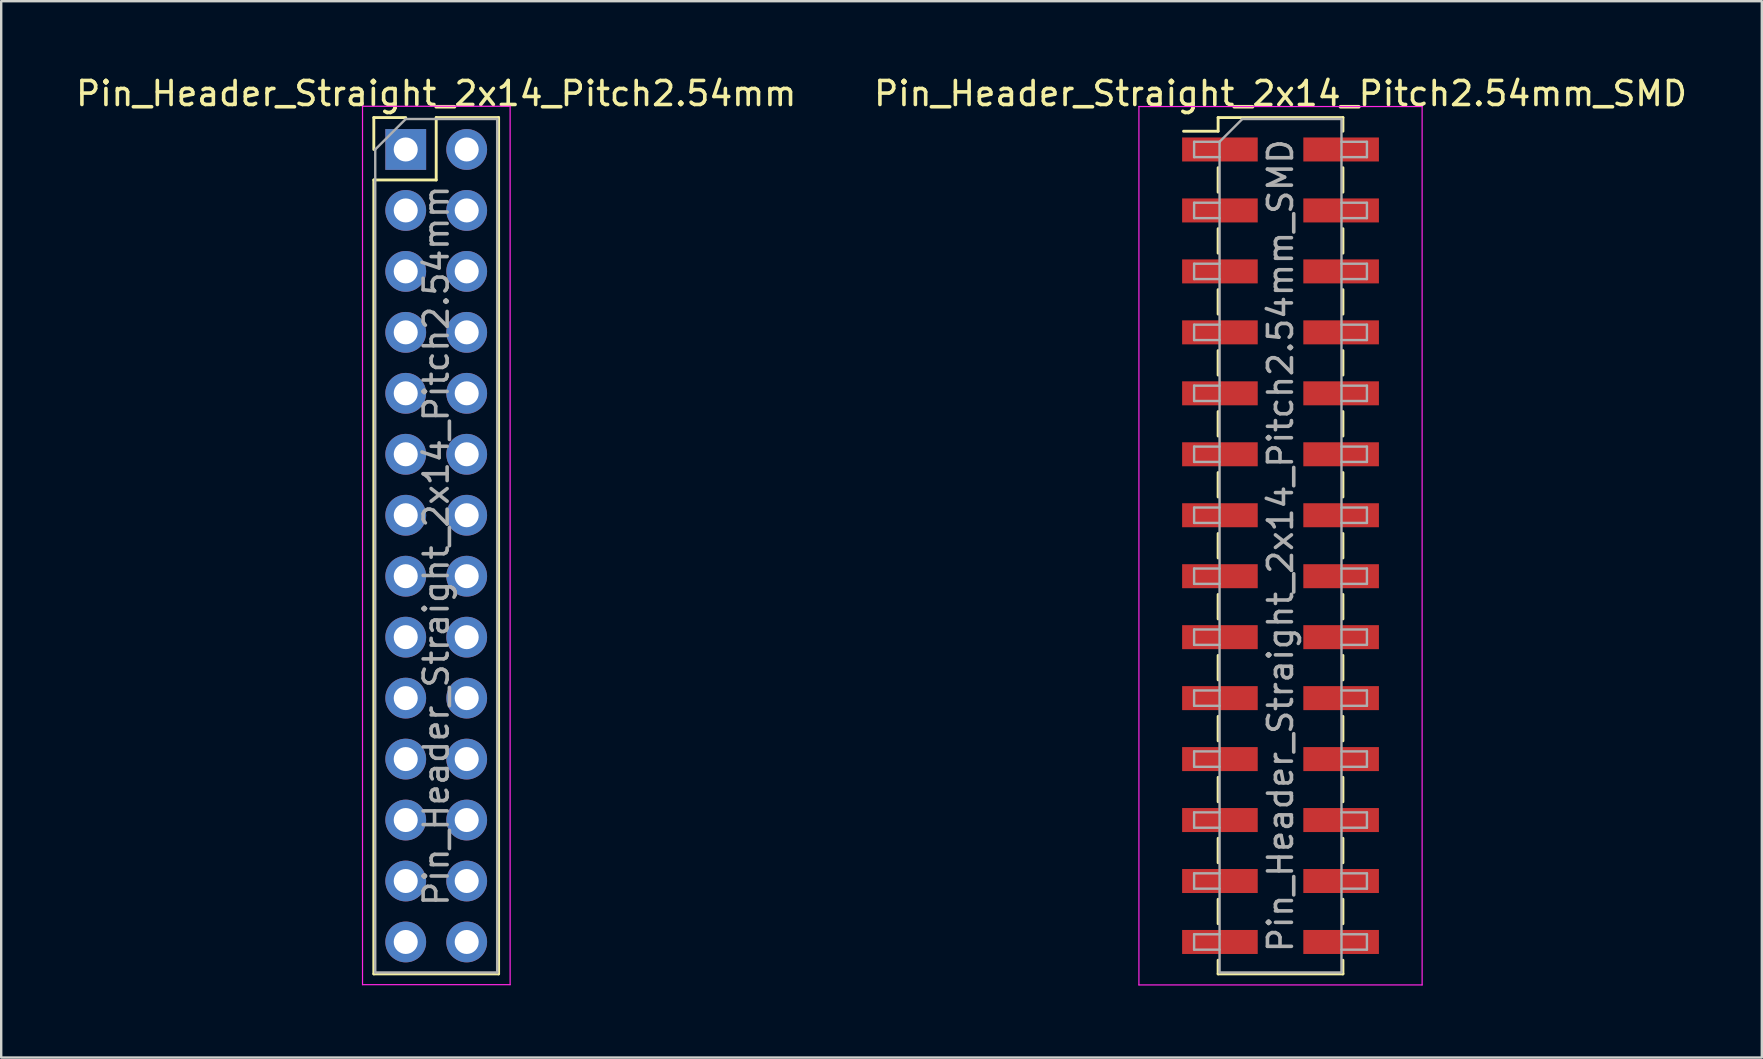
<source format=kicad_pcb>
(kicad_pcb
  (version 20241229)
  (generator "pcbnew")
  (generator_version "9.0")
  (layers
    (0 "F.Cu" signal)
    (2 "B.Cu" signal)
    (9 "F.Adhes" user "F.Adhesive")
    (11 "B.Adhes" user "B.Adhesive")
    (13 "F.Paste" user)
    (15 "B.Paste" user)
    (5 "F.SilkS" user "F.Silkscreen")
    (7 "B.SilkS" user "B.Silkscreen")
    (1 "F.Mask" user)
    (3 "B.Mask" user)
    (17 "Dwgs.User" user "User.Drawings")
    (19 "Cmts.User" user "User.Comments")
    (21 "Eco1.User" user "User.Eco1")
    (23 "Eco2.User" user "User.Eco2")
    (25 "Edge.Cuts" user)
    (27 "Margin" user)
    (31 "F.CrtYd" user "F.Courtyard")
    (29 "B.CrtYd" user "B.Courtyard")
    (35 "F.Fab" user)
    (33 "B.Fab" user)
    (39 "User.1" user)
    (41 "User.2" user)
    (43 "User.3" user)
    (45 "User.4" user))
  (footprint "Pin_Header_Straight_2x14_Pitch2.54mm"
    (layer "F.Cu")
    (at 13.855 3.178)
    (property "Reference" "Pin_Header_Straight_2x14_Pitch2.54mm" (at 1.27 -2.33 0) (layer "F.SilkS") (effects (font (size 1 1) (thickness 0.15))))
    (attr through_hole)
    (fp_line (start -1.33 -1.33) (end 0 -1.33) (stroke (width 0.12) (type solid)) (layer "F.SilkS"))
    (fp_line (start -1.33 0) (end -1.33 -1.33) (stroke (width 0.12) (type solid)) (layer "F.SilkS"))
    (fp_line (start -1.33 1.27) (end -1.33 34.35) (stroke (width 0.12) (type solid)) (layer "F.SilkS"))
    (fp_line (start -1.33 1.27) (end 1.27 1.27) (stroke (width 0.12) (type solid)) (layer "F.SilkS"))
    (fp_line (start -1.33 34.35) (end 3.87 34.35) (stroke (width 0.12) (type solid)) (layer "F.SilkS"))
    (fp_line (start 1.27 -1.33) (end 3.87 -1.33) (stroke (width 0.12) (type solid)) (layer "F.SilkS"))
    (fp_line (start 1.27 1.27) (end 1.27 -1.33) (stroke (width 0.12) (type solid)) (layer "F.SilkS"))
    (fp_line (start 3.87 -1.33) (end 3.87 34.35) (stroke (width 0.12) (type solid)) (layer "F.SilkS"))
    (fp_line (start -1.8 -1.8) (end -1.8 34.8) (stroke (width 0.05) (type solid)) (layer "F.CrtYd"))
    (fp_line (start -1.8 34.8) (end 4.35 34.8) (stroke (width 0.05) (type solid)) (layer "F.CrtYd"))
    (fp_line (start 4.35 -1.8) (end -1.8 -1.8) (stroke (width 0.05) (type solid)) (layer "F.CrtYd"))
    (fp_line (start 4.35 34.8) (end 4.35 -1.8) (stroke (width 0.05) (type solid)) (layer "F.CrtYd"))
    (fp_line (start -1.27 0) (end 0 -1.27) (stroke (width 0.1) (type solid)) (layer "F.Fab"))
    (fp_line (start -1.27 34.29) (end -1.27 0) (stroke (width 0.1) (type solid)) (layer "F.Fab"))
    (fp_line (start 0 -1.27) (end 3.81 -1.27) (stroke (width 0.1) (type solid)) (layer "F.Fab"))
    (fp_line (start 3.81 -1.27) (end 3.81 34.29) (stroke (width 0.1) (type solid)) (layer "F.Fab"))
    (fp_line (start 3.81 34.29) (end -1.27 34.29) (stroke (width 0.1) (type solid)) (layer "F.Fab"))
    (fp_text user "${REFERENCE}" (at 1.27 16.51 90) (layer "F.Fab") (effects (font (size 1 1) (thickness 0.15))))
    (pad "1" thru_hole rect (at 0 0) (size 1.7 1.7) (drill 1) (layers "*.Cu" "*.Mask"))
    (pad "2" thru_hole oval (at 2.54 0) (size 1.7 1.7) (drill 1) (layers "*.Cu" "*.Mask"))
    (pad "3" thru_hole oval (at 0 2.54) (size 1.7 1.7) (drill 1) (layers "*.Cu" "*.Mask"))
    (pad "4" thru_hole oval (at 2.54 2.54) (size 1.7 1.7) (drill 1) (layers "*.Cu" "*.Mask"))
    (pad "5" thru_hole oval (at 0 5.08) (size 1.7 1.7) (drill 1) (layers "*.Cu" "*.Mask"))
    (pad "6" thru_hole oval (at 2.54 5.08) (size 1.7 1.7) (drill 1) (layers "*.Cu" "*.Mask"))
    (pad "7" thru_hole oval (at 0 7.62) (size 1.7 1.7) (drill 1) (layers "*.Cu" "*.Mask"))
    (pad "8" thru_hole oval (at 2.54 7.62) (size 1.7 1.7) (drill 1) (layers "*.Cu" "*.Mask"))
    (pad "9" thru_hole oval (at 0 10.16) (size 1.7 1.7) (drill 1) (layers "*.Cu" "*.Mask"))
    (pad "10" thru_hole oval (at 2.54 10.16) (size 1.7 1.7) (drill 1) (layers "*.Cu" "*.Mask"))
    (pad "11" thru_hole oval (at 0 12.7) (size 1.7 1.7) (drill 1) (layers "*.Cu" "*.Mask"))
    (pad "12" thru_hole oval (at 2.54 12.7) (size 1.7 1.7) (drill 1) (layers "*.Cu" "*.Mask"))
    (pad "13" thru_hole oval (at 0 15.24) (size 1.7 1.7) (drill 1) (layers "*.Cu" "*.Mask"))
    (pad "14" thru_hole oval (at 2.54 15.24) (size 1.7 1.7) (drill 1) (layers "*.Cu" "*.Mask"))
    (pad "15" thru_hole oval (at 0 17.78) (size 1.7 1.7) (drill 1) (layers "*.Cu" "*.Mask"))
    (pad "16" thru_hole oval (at 2.54 17.78) (size 1.7 1.7) (drill 1) (layers "*.Cu" "*.Mask"))
    (pad "17" thru_hole oval (at 0 20.32) (size 1.7 1.7) (drill 1) (layers "*.Cu" "*.Mask"))
    (pad "18" thru_hole oval (at 2.54 20.32) (size 1.7 1.7) (drill 1) (layers "*.Cu" "*.Mask"))
    (pad "19" thru_hole oval (at 0 22.86) (size 1.7 1.7) (drill 1) (layers "*.Cu" "*.Mask"))
    (pad "20" thru_hole oval (at 2.54 22.86) (size 1.7 1.7) (drill 1) (layers "*.Cu" "*.Mask"))
    (pad "21" thru_hole oval (at 0 25.4) (size 1.7 1.7) (drill 1) (layers "*.Cu" "*.Mask"))
    (pad "22" thru_hole oval (at 2.54 25.4) (size 1.7 1.7) (drill 1) (layers "*.Cu" "*.Mask"))
    (pad "23" thru_hole oval (at 0 27.94) (size 1.7 1.7) (drill 1) (layers "*.Cu" "*.Mask"))
    (pad "24" thru_hole oval (at 2.54 27.94) (size 1.7 1.7) (drill 1) (layers "*.Cu" "*.Mask"))
    (pad "25" thru_hole oval (at 0 30.48) (size 1.7 1.7) (drill 1) (layers "*.Cu" "*.Mask"))
    (pad "26" thru_hole oval (at 2.54 30.48) (size 1.7 1.7) (drill 1) (layers "*.Cu" "*.Mask"))
    (pad "27" thru_hole oval (at 0 33.02) (size 1.7 1.7) (drill 1) (layers "*.Cu" "*.Mask"))
    (pad "28" thru_hole oval (at 2.54 33.02) (size 1.7 1.7) (drill 1) (layers "*.Cu" "*.Mask")))
  (footprint "Pin_Header_Straight_2x14_Pitch2.54mm_SMD"
    (layer "F.Cu")
    (at 50.304 19.688)
    (property "Reference" "Pin_Header_Straight_2x14_Pitch2.54mm_SMD" (at 0 -18.84 0) (layer "F.SilkS") (effects (font (size 1 1) (thickness 0.15))))
    (attr smd)
    (fp_line (start -4.04 -17.27) (end -2.6 -17.27) (stroke (width 0.12) (type solid)) (layer "F.SilkS"))
    (fp_line (start -2.6 -17.84) (end -2.6 -17.27) (stroke (width 0.12) (type solid)) (layer "F.SilkS"))
    (fp_line (start -2.6 -17.84) (end 2.6 -17.84) (stroke (width 0.12) (type solid)) (layer "F.SilkS"))
    (fp_line (start -2.6 -15.75) (end -2.6 -14.73) (stroke (width 0.12) (type solid)) (layer "F.SilkS"))
    (fp_line (start -2.6 -13.21) (end -2.6 -12.19) (stroke (width 0.12) (type solid)) (layer "F.SilkS"))
    (fp_line (start -2.6 -10.67) (end -2.6 -9.65) (stroke (width 0.12) (type solid)) (layer "F.SilkS"))
    (fp_line (start -2.6 -8.13) (end -2.6 -7.11) (stroke (width 0.12) (type solid)) (layer "F.SilkS"))
    (fp_line (start -2.6 -5.59) (end -2.6 -4.57) (stroke (width 0.12) (type solid)) (layer "F.SilkS"))
    (fp_line (start -2.6 -3.05) (end -2.6 -2.03) (stroke (width 0.12) (type solid)) (layer "F.SilkS"))
    (fp_line (start -2.6 -0.51) (end -2.6 0.51) (stroke (width 0.12) (type solid)) (layer "F.SilkS"))
    (fp_line (start -2.6 2.03) (end -2.6 3.05) (stroke (width 0.12) (type solid)) (layer "F.SilkS"))
    (fp_line (start -2.6 4.57) (end -2.6 5.59) (stroke (width 0.12) (type solid)) (layer "F.SilkS"))
    (fp_line (start -2.6 7.11) (end -2.6 8.13) (stroke (width 0.12) (type solid)) (layer "F.SilkS"))
    (fp_line (start -2.6 9.65) (end -2.6 10.67) (stroke (width 0.12) (type solid)) (layer "F.SilkS"))
    (fp_line (start -2.6 12.19) (end -2.6 13.21) (stroke (width 0.12) (type solid)) (layer "F.SilkS"))
    (fp_line (start -2.6 14.73) (end -2.6 15.75) (stroke (width 0.12) (type solid)) (layer "F.SilkS"))
    (fp_line (start -2.6 17.27) (end -2.6 17.84) (stroke (width 0.12) (type solid)) (layer "F.SilkS"))
    (fp_line (start -2.6 17.84) (end 2.6 17.84) (stroke (width 0.12) (type solid)) (layer "F.SilkS"))
    (fp_line (start 2.6 -17.84) (end 2.6 -17.27) (stroke (width 0.12) (type solid)) (layer "F.SilkS"))
    (fp_line (start 2.6 -15.75) (end 2.6 -14.73) (stroke (width 0.12) (type solid)) (layer "F.SilkS"))
    (fp_line (start 2.6 -13.21) (end 2.6 -12.19) (stroke (width 0.12) (type solid)) (layer "F.SilkS"))
    (fp_line (start 2.6 -10.67) (end 2.6 -9.65) (stroke (width 0.12) (type solid)) (layer "F.SilkS"))
    (fp_line (start 2.6 -8.13) (end 2.6 -7.11) (stroke (width 0.12) (type solid)) (layer "F.SilkS"))
    (fp_line (start 2.6 -5.59) (end 2.6 -4.57) (stroke (width 0.12) (type solid)) (layer "F.SilkS"))
    (fp_line (start 2.6 -3.05) (end 2.6 -2.03) (stroke (width 0.12) (type solid)) (layer "F.SilkS"))
    (fp_line (start 2.6 -0.51) (end 2.6 0.51) (stroke (width 0.12) (type solid)) (layer "F.SilkS"))
    (fp_line (start 2.6 2.03) (end 2.6 3.05) (stroke (width 0.12) (type solid)) (layer "F.SilkS"))
    (fp_line (start 2.6 4.57) (end 2.6 5.59) (stroke (width 0.12) (type solid)) (layer "F.SilkS"))
    (fp_line (start 2.6 7.11) (end 2.6 8.13) (stroke (width 0.12) (type solid)) (layer "F.SilkS"))
    (fp_line (start 2.6 9.65) (end 2.6 10.67) (stroke (width 0.12) (type solid)) (layer "F.SilkS"))
    (fp_line (start 2.6 12.19) (end 2.6 13.21) (stroke (width 0.12) (type solid)) (layer "F.SilkS"))
    (fp_line (start 2.6 14.73) (end 2.6 15.75) (stroke (width 0.12) (type solid)) (layer "F.SilkS"))
    (fp_line (start 2.6 17.27) (end 2.6 17.84) (stroke (width 0.12) (type solid)) (layer "F.SilkS"))
    (fp_line (start -5.9 -18.3) (end -5.9 18.3) (stroke (width 0.05) (type solid)) (layer "F.CrtYd"))
    (fp_line (start -5.9 18.3) (end 5.9 18.3) (stroke (width 0.05) (type solid)) (layer "F.CrtYd"))
    (fp_line (start 5.9 -18.3) (end -5.9 -18.3) (stroke (width 0.05) (type solid)) (layer "F.CrtYd"))
    (fp_line (start 5.9 18.3) (end 5.9 -18.3) (stroke (width 0.05) (type solid)) (layer "F.CrtYd"))
    (fp_line (start -3.6 -16.83) (end -3.6 -16.19) (stroke (width 0.1) (type solid)) (layer "F.Fab"))
    (fp_line (start -3.6 -16.19) (end -2.54 -16.19) (stroke (width 0.1) (type solid)) (layer "F.Fab"))
    (fp_line (start -3.6 -14.29) (end -3.6 -13.65) (stroke (width 0.1) (type solid)) (layer "F.Fab"))
    (fp_line (start -3.6 -13.65) (end -2.54 -13.65) (stroke (width 0.1) (type solid)) (layer "F.Fab"))
    (fp_line (start -3.6 -11.75) (end -3.6 -11.11) (stroke (width 0.1) (type solid)) (layer "F.Fab"))
    (fp_line (start -3.6 -11.11) (end -2.54 -11.11) (stroke (width 0.1) (type solid)) (layer "F.Fab"))
    (fp_line (start -3.6 -9.21) (end -3.6 -8.57) (stroke (width 0.1) (type solid)) (layer "F.Fab"))
    (fp_line (start -3.6 -8.57) (end -2.54 -8.57) (stroke (width 0.1) (type solid)) (layer "F.Fab"))
    (fp_line (start -3.6 -6.67) (end -3.6 -6.03) (stroke (width 0.1) (type solid)) (layer "F.Fab"))
    (fp_line (start -3.6 -6.03) (end -2.54 -6.03) (stroke (width 0.1) (type solid)) (layer "F.Fab"))
    (fp_line (start -3.6 -4.13) (end -3.6 -3.49) (stroke (width 0.1) (type solid)) (layer "F.Fab"))
    (fp_line (start -3.6 -3.49) (end -2.54 -3.49) (stroke (width 0.1) (type solid)) (layer "F.Fab"))
    (fp_line (start -3.6 -1.59) (end -3.6 -0.95) (stroke (width 0.1) (type solid)) (layer "F.Fab"))
    (fp_line (start -3.6 -0.95) (end -2.54 -0.95) (stroke (width 0.1) (type solid)) (layer "F.Fab"))
    (fp_line (start -3.6 0.95) (end -3.6 1.59) (stroke (width 0.1) (type solid)) (layer "F.Fab"))
    (fp_line (start -3.6 1.59) (end -2.54 1.59) (stroke (width 0.1) (type solid)) (layer "F.Fab"))
    (fp_line (start -3.6 3.49) (end -3.6 4.13) (stroke (width 0.1) (type solid)) (layer "F.Fab"))
    (fp_line (start -3.6 4.13) (end -2.54 4.13) (stroke (width 0.1) (type solid)) (layer "F.Fab"))
    (fp_line (start -3.6 6.03) (end -3.6 6.67) (stroke (width 0.1) (type solid)) (layer "F.Fab"))
    (fp_line (start -3.6 6.67) (end -2.54 6.67) (stroke (width 0.1) (type solid)) (layer "F.Fab"))
    (fp_line (start -3.6 8.57) (end -3.6 9.21) (stroke (width 0.1) (type solid)) (layer "F.Fab"))
    (fp_line (start -3.6 9.21) (end -2.54 9.21) (stroke (width 0.1) (type solid)) (layer "F.Fab"))
    (fp_line (start -3.6 11.11) (end -3.6 11.75) (stroke (width 0.1) (type solid)) (layer "F.Fab"))
    (fp_line (start -3.6 11.75) (end -2.54 11.75) (stroke (width 0.1) (type solid)) (layer "F.Fab"))
    (fp_line (start -3.6 13.65) (end -3.6 14.29) (stroke (width 0.1) (type solid)) (layer "F.Fab"))
    (fp_line (start -3.6 14.29) (end -2.54 14.29) (stroke (width 0.1) (type solid)) (layer "F.Fab"))
    (fp_line (start -3.6 16.19) (end -3.6 16.83) (stroke (width 0.1) (type solid)) (layer "F.Fab"))
    (fp_line (start -3.6 16.83) (end -2.54 16.83) (stroke (width 0.1) (type solid)) (layer "F.Fab"))
    (fp_line (start -2.54 -16.83) (end -3.6 -16.83) (stroke (width 0.1) (type solid)) (layer "F.Fab"))
    (fp_line (start -2.54 -16.83) (end -1.59 -17.78) (stroke (width 0.1) (type solid)) (layer "F.Fab"))
    (fp_line (start -2.54 -14.29) (end -3.6 -14.29) (stroke (width 0.1) (type solid)) (layer "F.Fab"))
    (fp_line (start -2.54 -11.75) (end -3.6 -11.75) (stroke (width 0.1) (type solid)) (layer "F.Fab"))
    (fp_line (start -2.54 -9.21) (end -3.6 -9.21) (stroke (width 0.1) (type solid)) (layer "F.Fab"))
    (fp_line (start -2.54 -6.67) (end -3.6 -6.67) (stroke (width 0.1) (type solid)) (layer "F.Fab"))
    (fp_line (start -2.54 -4.13) (end -3.6 -4.13) (stroke (width 0.1) (type solid)) (layer "F.Fab"))
    (fp_line (start -2.54 -1.59) (end -3.6 -1.59) (stroke (width 0.1) (type solid)) (layer "F.Fab"))
    (fp_line (start -2.54 0.95) (end -3.6 0.95) (stroke (width 0.1) (type solid)) (layer "F.Fab"))
    (fp_line (start -2.54 3.49) (end -3.6 3.49) (stroke (width 0.1) (type solid)) (layer "F.Fab"))
    (fp_line (start -2.54 6.03) (end -3.6 6.03) (stroke (width 0.1) (type solid)) (layer "F.Fab"))
    (fp_line (start -2.54 8.57) (end -3.6 8.57) (stroke (width 0.1) (type solid)) (layer "F.Fab"))
    (fp_line (start -2.54 11.11) (end -3.6 11.11) (stroke (width 0.1) (type solid)) (layer "F.Fab"))
    (fp_line (start -2.54 13.65) (end -3.6 13.65) (stroke (width 0.1) (type solid)) (layer "F.Fab"))
    (fp_line (start -2.54 16.19) (end -3.6 16.19) (stroke (width 0.1) (type solid)) (layer "F.Fab"))
    (fp_line (start -2.54 17.78) (end -2.54 -16.83) (stroke (width 0.1) (type solid)) (layer "F.Fab"))
    (fp_line (start -1.59 -17.78) (end 2.54 -17.78) (stroke (width 0.1) (type solid)) (layer "F.Fab"))
    (fp_line (start 2.54 -17.78) (end 2.54 17.78) (stroke (width 0.1) (type solid)) (layer "F.Fab"))
    (fp_line (start 2.54 -16.83) (end 3.6 -16.83) (stroke (width 0.1) (type solid)) (layer "F.Fab"))
    (fp_line (start 2.54 -14.29) (end 3.6 -14.29) (stroke (width 0.1) (type solid)) (layer "F.Fab"))
    (fp_line (start 2.54 -11.75) (end 3.6 -11.75) (stroke (width 0.1) (type solid)) (layer "F.Fab"))
    (fp_line (start 2.54 -9.21) (end 3.6 -9.21) (stroke (width 0.1) (type solid)) (layer "F.Fab"))
    (fp_line (start 2.54 -6.67) (end 3.6 -6.67) (stroke (width 0.1) (type solid)) (layer "F.Fab"))
    (fp_line (start 2.54 -4.13) (end 3.6 -4.13) (stroke (width 0.1) (type solid)) (layer "F.Fab"))
    (fp_line (start 2.54 -1.59) (end 3.6 -1.59) (stroke (width 0.1) (type solid)) (layer "F.Fab"))
    (fp_line (start 2.54 0.95) (end 3.6 0.95) (stroke (width 0.1) (type solid)) (layer "F.Fab"))
    (fp_line (start 2.54 3.49) (end 3.6 3.49) (stroke (width 0.1) (type solid)) (layer "F.Fab"))
    (fp_line (start 2.54 6.03) (end 3.6 6.03) (stroke (width 0.1) (type solid)) (layer "F.Fab"))
    (fp_line (start 2.54 8.57) (end 3.6 8.57) (stroke (width 0.1) (type solid)) (layer "F.Fab"))
    (fp_line (start 2.54 11.11) (end 3.6 11.11) (stroke (width 0.1) (type solid)) (layer "F.Fab"))
    (fp_line (start 2.54 13.65) (end 3.6 13.65) (stroke (width 0.1) (type solid)) (layer "F.Fab"))
    (fp_line (start 2.54 16.19) (end 3.6 16.19) (stroke (width 0.1) (type solid)) (layer "F.Fab"))
    (fp_line (start 2.54 17.78) (end -2.54 17.78) (stroke (width 0.1) (type solid)) (layer "F.Fab"))
    (fp_line (start 3.6 -16.83) (end 3.6 -16.19) (stroke (width 0.1) (type solid)) (layer "F.Fab"))
    (fp_line (start 3.6 -16.19) (end 2.54 -16.19) (stroke (width 0.1) (type solid)) (layer "F.Fab"))
    (fp_line (start 3.6 -14.29) (end 3.6 -13.65) (stroke (width 0.1) (type solid)) (layer "F.Fab"))
    (fp_line (start 3.6 -13.65) (end 2.54 -13.65) (stroke (width 0.1) (type solid)) (layer "F.Fab"))
    (fp_line (start 3.6 -11.75) (end 3.6 -11.11) (stroke (width 0.1) (type solid)) (layer "F.Fab"))
    (fp_line (start 3.6 -11.11) (end 2.54 -11.11) (stroke (width 0.1) (type solid)) (layer "F.Fab"))
    (fp_line (start 3.6 -9.21) (end 3.6 -8.57) (stroke (width 0.1) (type solid)) (layer "F.Fab"))
    (fp_line (start 3.6 -8.57) (end 2.54 -8.57) (stroke (width 0.1) (type solid)) (layer "F.Fab"))
    (fp_line (start 3.6 -6.67) (end 3.6 -6.03) (stroke (width 0.1) (type solid)) (layer "F.Fab"))
    (fp_line (start 3.6 -6.03) (end 2.54 -6.03) (stroke (width 0.1) (type solid)) (layer "F.Fab"))
    (fp_line (start 3.6 -4.13) (end 3.6 -3.49) (stroke (width 0.1) (type solid)) (layer "F.Fab"))
    (fp_line (start 3.6 -3.49) (end 2.54 -3.49) (stroke (width 0.1) (type solid)) (layer "F.Fab"))
    (fp_line (start 3.6 -1.59) (end 3.6 -0.95) (stroke (width 0.1) (type solid)) (layer "F.Fab"))
    (fp_line (start 3.6 -0.95) (end 2.54 -0.95) (stroke (width 0.1) (type solid)) (layer "F.Fab"))
    (fp_line (start 3.6 0.95) (end 3.6 1.59) (stroke (width 0.1) (type solid)) (layer "F.Fab"))
    (fp_line (start 3.6 1.59) (end 2.54 1.59) (stroke (width 0.1) (type solid)) (layer "F.Fab"))
    (fp_line (start 3.6 3.49) (end 3.6 4.13) (stroke (width 0.1) (type solid)) (layer "F.Fab"))
    (fp_line (start 3.6 4.13) (end 2.54 4.13) (stroke (width 0.1) (type solid)) (layer "F.Fab"))
    (fp_line (start 3.6 6.03) (end 3.6 6.67) (stroke (width 0.1) (type solid)) (layer "F.Fab"))
    (fp_line (start 3.6 6.67) (end 2.54 6.67) (stroke (width 0.1) (type solid)) (layer "F.Fab"))
    (fp_line (start 3.6 8.57) (end 3.6 9.21) (stroke (width 0.1) (type solid)) (layer "F.Fab"))
    (fp_line (start 3.6 9.21) (end 2.54 9.21) (stroke (width 0.1) (type solid)) (layer "F.Fab"))
    (fp_line (start 3.6 11.11) (end 3.6 11.75) (stroke (width 0.1) (type solid)) (layer "F.Fab"))
    (fp_line (start 3.6 11.75) (end 2.54 11.75) (stroke (width 0.1) (type solid)) (layer "F.Fab"))
    (fp_line (start 3.6 13.65) (end 3.6 14.29) (stroke (width 0.1) (type solid)) (layer "F.Fab"))
    (fp_line (start 3.6 14.29) (end 2.54 14.29) (stroke (width 0.1) (type solid)) (layer "F.Fab"))
    (fp_line (start 3.6 16.19) (end 3.6 16.83) (stroke (width 0.1) (type solid)) (layer "F.Fab"))
    (fp_line (start 3.6 16.83) (end 2.54 16.83) (stroke (width 0.1) (type solid)) (layer "F.Fab"))
    (fp_text user "${REFERENCE}" (at 0 0 90) (layer "F.Fab") (effects (font (size 1 1) (thickness 0.15))))
    (pad "1" smd rect (at -2.525 -16.51) (size 3.15 1) (layers "F.Cu" "F.Mask" "F.Paste"))
    (pad "2" smd rect (at 2.525 -16.51) (size 3.15 1) (layers "F.Cu" "F.Mask" "F.Paste"))
    (pad "3" smd rect (at -2.525 -13.97) (size 3.15 1) (layers "F.Cu" "F.Mask" "F.Paste"))
    (pad "4" smd rect (at 2.525 -13.97) (size 3.15 1) (layers "F.Cu" "F.Mask" "F.Paste"))
    (pad "5" smd rect (at -2.525 -11.43) (size 3.15 1) (layers "F.Cu" "F.Mask" "F.Paste"))
    (pad "6" smd rect (at 2.525 -11.43) (size 3.15 1) (layers "F.Cu" "F.Mask" "F.Paste"))
    (pad "7" smd rect (at -2.525 -8.89) (size 3.15 1) (layers "F.Cu" "F.Mask" "F.Paste"))
    (pad "8" smd rect (at 2.525 -8.89) (size 3.15 1) (layers "F.Cu" "F.Mask" "F.Paste"))
    (pad "9" smd rect (at -2.525 -6.35) (size 3.15 1) (layers "F.Cu" "F.Mask" "F.Paste"))
    (pad "10" smd rect (at 2.525 -6.35) (size 3.15 1) (layers "F.Cu" "F.Mask" "F.Paste"))
    (pad "11" smd rect (at -2.525 -3.81) (size 3.15 1) (layers "F.Cu" "F.Mask" "F.Paste"))
    (pad "12" smd rect (at 2.525 -3.81) (size 3.15 1) (layers "F.Cu" "F.Mask" "F.Paste"))
    (pad "13" smd rect (at -2.525 -1.27) (size 3.15 1) (layers "F.Cu" "F.Mask" "F.Paste"))
    (pad "14" smd rect (at 2.525 -1.27) (size 3.15 1) (layers "F.Cu" "F.Mask" "F.Paste"))
    (pad "15" smd rect (at -2.525 1.27) (size 3.15 1) (layers "F.Cu" "F.Mask" "F.Paste"))
    (pad "16" smd rect (at 2.525 1.27) (size 3.15 1) (layers "F.Cu" "F.Mask" "F.Paste"))
    (pad "17" smd rect (at -2.525 3.81) (size 3.15 1) (layers "F.Cu" "F.Mask" "F.Paste"))
    (pad "18" smd rect (at 2.525 3.81) (size 3.15 1) (layers "F.Cu" "F.Mask" "F.Paste"))
    (pad "19" smd rect (at -2.525 6.35) (size 3.15 1) (layers "F.Cu" "F.Mask" "F.Paste"))
    (pad "20" smd rect (at 2.525 6.35) (size 3.15 1) (layers "F.Cu" "F.Mask" "F.Paste"))
    (pad "21" smd rect (at -2.525 8.89) (size 3.15 1) (layers "F.Cu" "F.Mask" "F.Paste"))
    (pad "22" smd rect (at 2.525 8.89) (size 3.15 1) (layers "F.Cu" "F.Mask" "F.Paste"))
    (pad "23" smd rect (at -2.525 11.43) (size 3.15 1) (layers "F.Cu" "F.Mask" "F.Paste"))
    (pad "24" smd rect (at 2.525 11.43) (size 3.15 1) (layers "F.Cu" "F.Mask" "F.Paste"))
    (pad "25" smd rect (at -2.525 13.97) (size 3.15 1) (layers "F.Cu" "F.Mask" "F.Paste"))
    (pad "26" smd rect (at 2.525 13.97) (size 3.15 1) (layers "F.Cu" "F.Mask" "F.Paste"))
    (pad "27" smd rect (at -2.525 16.51) (size 3.15 1) (layers "F.Cu" "F.Mask" "F.Paste"))
    (pad "28" smd rect (at 2.525 16.51) (size 3.15 1) (layers "F.Cu" "F.Mask" "F.Paste")))
  (gr_rect
    (start -3 -3)
    (end 70.357 41.013)
    (stroke (width 0.1) (type default))
    (fill no)
    (layer "Edge.Cuts")))
</source>
